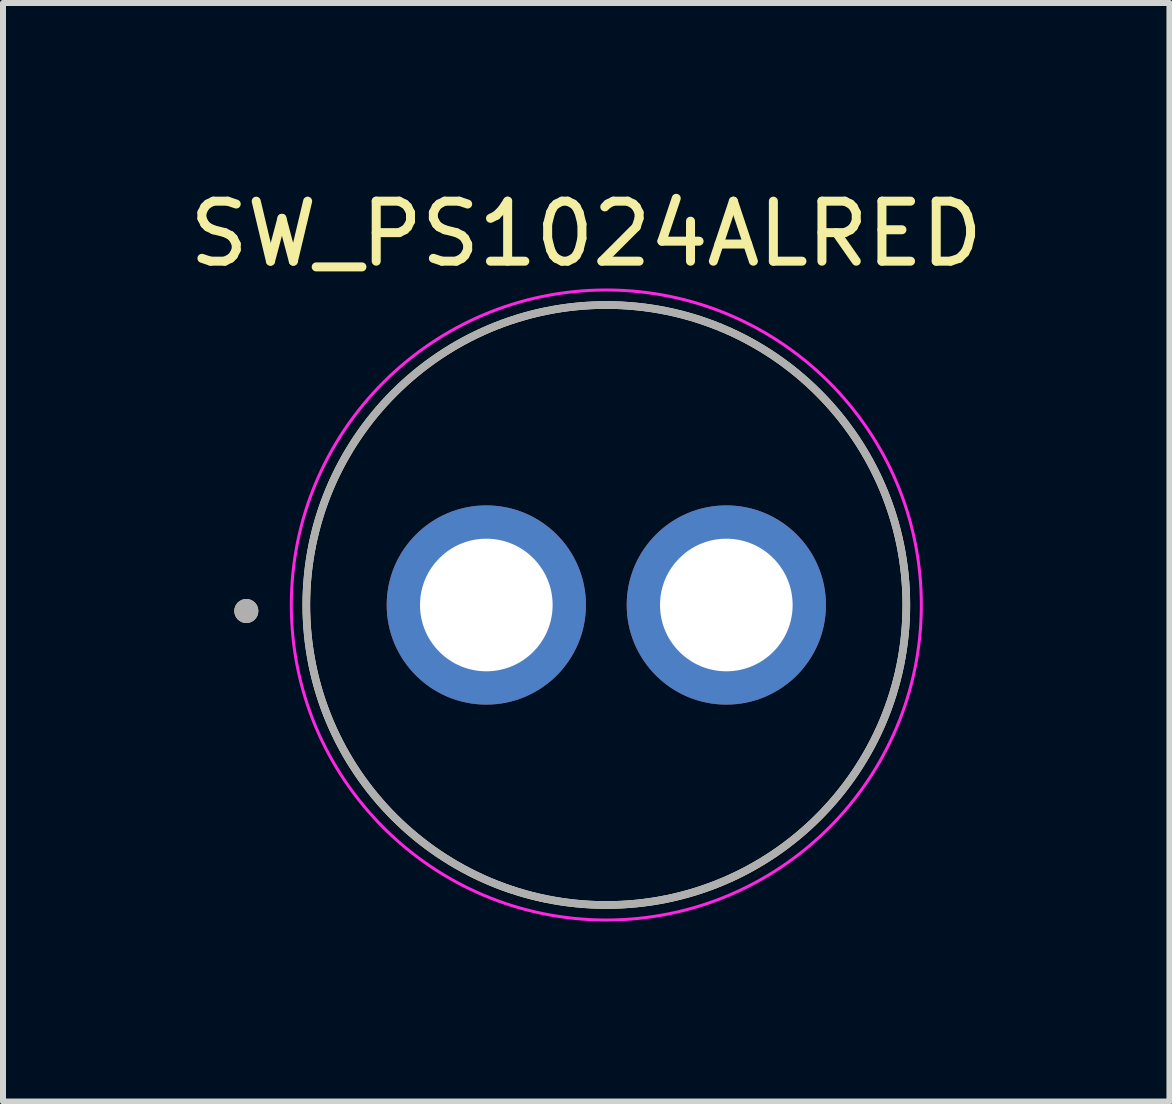
<source format=kicad_pcb>
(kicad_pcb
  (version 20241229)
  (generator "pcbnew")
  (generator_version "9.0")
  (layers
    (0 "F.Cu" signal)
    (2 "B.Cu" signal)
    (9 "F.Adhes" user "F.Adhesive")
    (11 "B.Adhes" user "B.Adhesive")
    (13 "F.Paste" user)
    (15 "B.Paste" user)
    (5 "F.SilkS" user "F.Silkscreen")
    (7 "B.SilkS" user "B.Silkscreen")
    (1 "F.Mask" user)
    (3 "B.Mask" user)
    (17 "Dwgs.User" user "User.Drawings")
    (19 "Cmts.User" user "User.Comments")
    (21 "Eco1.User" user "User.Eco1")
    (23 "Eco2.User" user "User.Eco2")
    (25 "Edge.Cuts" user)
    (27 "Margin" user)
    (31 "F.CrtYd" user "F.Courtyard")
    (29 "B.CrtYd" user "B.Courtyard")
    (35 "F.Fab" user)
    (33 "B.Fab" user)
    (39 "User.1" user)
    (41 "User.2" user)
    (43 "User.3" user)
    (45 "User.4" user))
  (footprint "SW_PS1024ALRED"
    (layer "F.Cu")
    (at 7.055 7.033)
    (property "Reference" "SW_PS1024ALRED" (at -0.335 -6.185 0) (layer "F.SilkS") (effects (font (size 1 1) (thickness 0.15))))
    (attr through_hole)
    (fp_circle (center -6 0.1) (end -5.9 0.1) (stroke (width 0.2) (type solid)) (fill no) (layer "F.SilkS"))
    (fp_circle (center 0 0) (end 5 0) (stroke (width 0.127) (type solid)) (fill no) (layer "F.SilkS"))
    (fp_circle (center 0 0) (end 5.25 0) (stroke (width 0.05) (type solid)) (fill no) (layer "F.CrtYd"))
    (fp_circle (center -6 0.1) (end -5.9 0.1) (stroke (width 0.2) (type solid)) (fill no) (layer "F.Fab"))
    (fp_circle (center 0 0) (end 5 0) (stroke (width 0.127) (type solid)) (fill no) (layer "F.Fab"))
    (pad "1" thru_hole circle (at -2 0) (size 3.32 3.32) (drill 2.21) (layers "*.Cu" "*.Mask"))
    (pad "2" thru_hole circle (at 2 0) (size 3.32 3.32) (drill 2.21) (layers "*.Cu" "*.Mask")))
  (gr_rect
    (start -3 -3)
    (end 16.44 15.308)
    (stroke (width 0.1) (type default))
    (fill no)
    (layer "Edge.Cuts")))
</source>
